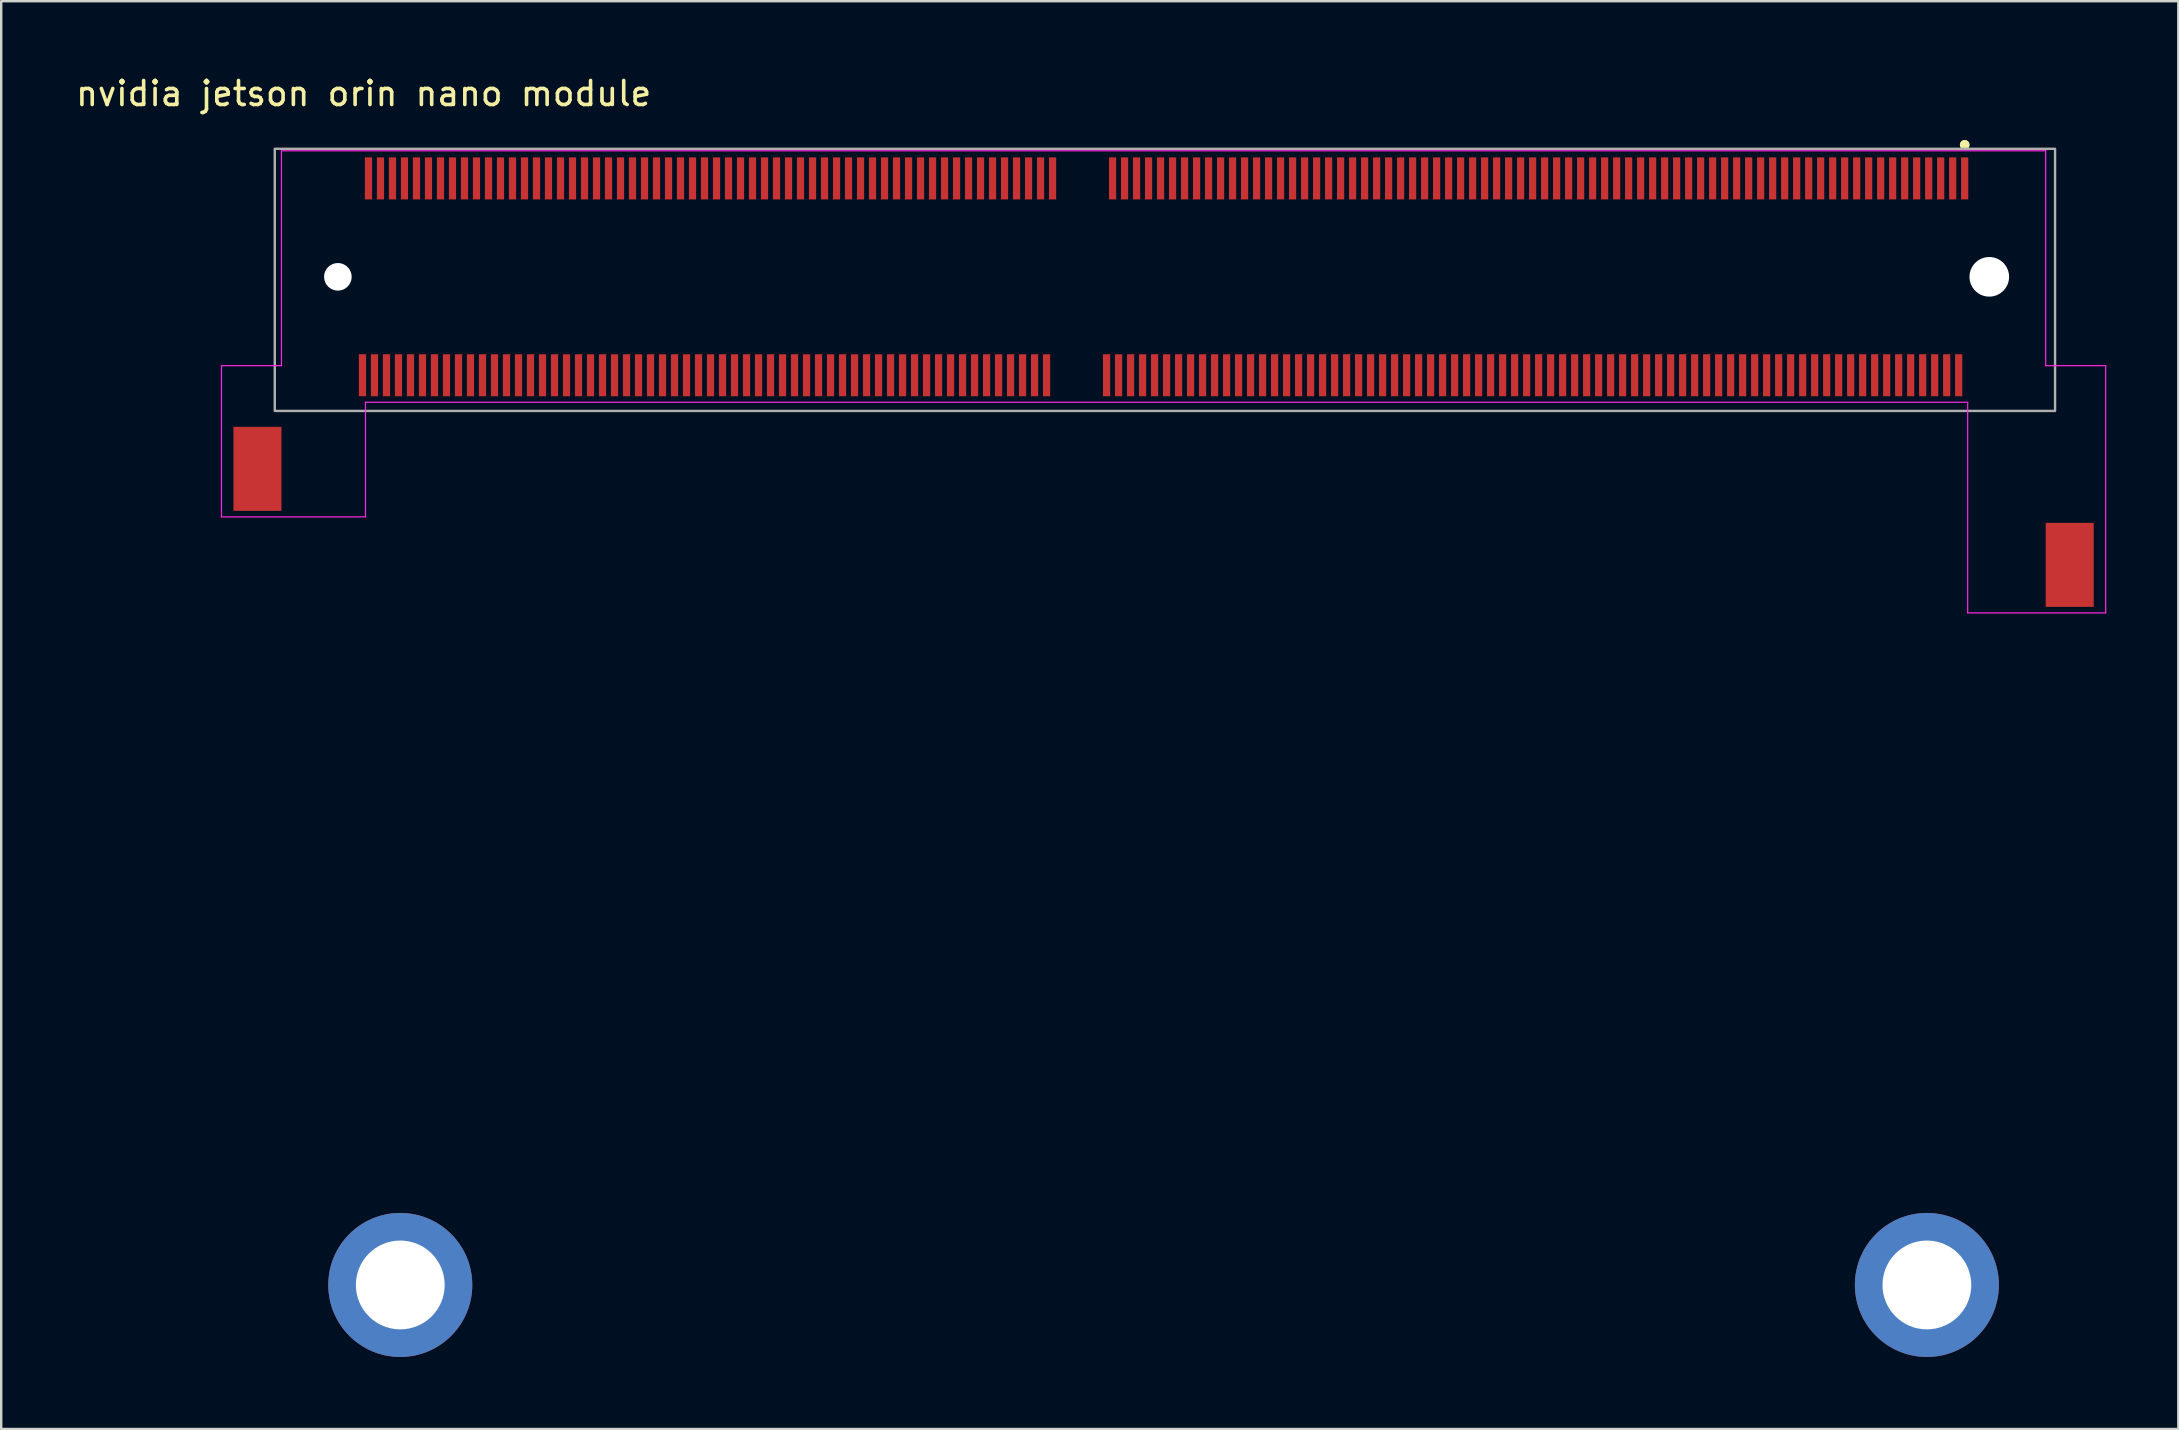
<source format=kicad_pcb>
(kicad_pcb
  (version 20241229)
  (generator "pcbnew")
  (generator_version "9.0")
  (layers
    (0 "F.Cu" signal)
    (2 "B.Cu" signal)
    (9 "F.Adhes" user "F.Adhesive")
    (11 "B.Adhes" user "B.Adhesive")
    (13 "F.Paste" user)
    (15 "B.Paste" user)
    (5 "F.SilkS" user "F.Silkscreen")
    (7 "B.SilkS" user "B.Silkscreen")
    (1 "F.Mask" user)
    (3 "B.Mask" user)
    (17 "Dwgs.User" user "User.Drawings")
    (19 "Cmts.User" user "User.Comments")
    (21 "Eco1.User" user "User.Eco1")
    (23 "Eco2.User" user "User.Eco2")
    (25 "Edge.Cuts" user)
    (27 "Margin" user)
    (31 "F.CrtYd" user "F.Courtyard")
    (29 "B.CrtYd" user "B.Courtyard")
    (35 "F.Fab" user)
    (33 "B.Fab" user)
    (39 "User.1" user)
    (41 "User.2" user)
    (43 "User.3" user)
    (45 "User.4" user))
  (footprint "nvidia jetson orin nano module"
    (layer "F.Cu")
    (at 41.926 8.483)
    (property "Reference" "nvidia jetson orin nano module" (at -29.825 -7.635 0) (layer "F.SilkS") (effects (font (size 1 1) (thickness 0.15))))
    (attr smd)
    (fp_circle (center 36.875 -5.5) (end 36.975 -5.5) (stroke (width 0.2) (type solid)) (fill no) (layer "F.SilkS"))
    (fp_circle (center 36.875 -5.5) (end 36.975 -5.5) (stroke (width 0.2) (type solid)) (fill no) (layer "F.SilkS"))
    (fp_line (start -35.75 3.7) (end -33.25 3.7) (stroke (width 0.05) (type solid)) (layer "F.CrtYd"))
    (fp_line (start -35.75 10) (end -35.75 3.7) (stroke (width 0.05) (type solid)) (layer "F.CrtYd"))
    (fp_line (start -33.25 -5.25) (end 40.25 -5.25) (stroke (width 0.05) (type solid)) (layer "F.CrtYd"))
    (fp_line (start -33.25 3.7) (end -33.25 -5.25) (stroke (width 0.05) (type solid)) (layer "F.CrtYd"))
    (fp_line (start -29.75 5.225) (end -29.75 10) (stroke (width 0.05) (type solid)) (layer "F.CrtYd"))
    (fp_line (start -29.75 10) (end -35.75 10) (stroke (width 0.05) (type solid)) (layer "F.CrtYd"))
    (fp_line (start 37 5.225) (end -29.75 5.225) (stroke (width 0.05) (type solid)) (layer "F.CrtYd"))
    (fp_line (start 37 14) (end 37 5.225) (stroke (width 0.05) (type solid)) (layer "F.CrtYd"))
    (fp_line (start 40.25 -5.25) (end 40.25 3.7) (stroke (width 0.05) (type solid)) (layer "F.CrtYd"))
    (fp_line (start 40.25 3.7) (end 42.75 3.7) (stroke (width 0.05) (type solid)) (layer "F.CrtYd"))
    (fp_line (start 42.75 3.7) (end 42.75 14) (stroke (width 0.05) (type solid)) (layer "F.CrtYd"))
    (fp_line (start 42.75 14) (end 37 14) (stroke (width 0.05) (type solid)) (layer "F.CrtYd"))
    (fp_rect (start -33.528 -5.334) (end 40.64 5.588) (stroke (width 0.1) (type default)) (fill no) (layer "F.Fab"))
    (pad "" np_thru_hole circle (at -30.9 0) (size 1.15 1.15) (drill 1.15) (layers "*.Cu" "*.Mask"))
    (pad "" np_thru_hole circle (at -28.3 42) (size 6 6) (drill 3.7) (layers "*.Cu" "*.Mask"))
    (pad "" np_thru_hole circle (at 35.3 42) (size 6 6) (drill 3.7) (layers "*.Cu" "*.Mask"))
    (pad "" np_thru_hole circle (at 37.9 0) (size 1.65 1.65) (drill 1.65) (layers "*.Cu" "*.Mask"))
    (pad "1" smd rect (at 36.875 -4.1 90) (size 1.75 0.3) (layers "F.Cu" "F.Mask" "F.Paste"))
    (pad "2" smd rect (at 36.625 4.1 90) (size 1.75 0.3) (layers "F.Cu" "F.Mask" "F.Paste"))
    (pad "3" smd rect (at 36.375 -4.1 90) (size 1.75 0.3) (layers "F.Cu" "F.Mask" "F.Paste"))
    (pad "4" smd rect (at 36.125 4.1 90) (size 1.75 0.3) (layers "F.Cu" "F.Mask" "F.Paste"))
    (pad "5" smd rect (at 35.875 -4.1 90) (size 1.75 0.3) (layers "F.Cu" "F.Mask" "F.Paste"))
    (pad "6" smd rect (at 35.625 4.1 90) (size 1.75 0.3) (layers "F.Cu" "F.Mask" "F.Paste"))
    (pad "7" smd rect (at 35.375 -4.1 90) (size 1.75 0.3) (layers "F.Cu" "F.Mask" "F.Paste"))
    (pad "8" smd rect (at 35.125 4.1 90) (size 1.75 0.3) (layers "F.Cu" "F.Mask" "F.Paste"))
    (pad "9" smd rect (at 34.875 -4.1 90) (size 1.75 0.3) (layers "F.Cu" "F.Mask" "F.Paste"))
    (pad "10" smd rect (at 34.625 4.1 90) (size 1.75 0.3) (layers "F.Cu" "F.Mask" "F.Paste"))
    (pad "11" smd rect (at 34.375 -4.1 90) (size 1.75 0.3) (layers "F.Cu" "F.Mask" "F.Paste"))
    (pad "12" smd rect (at 34.125 4.1 90) (size 1.75 0.3) (layers "F.Cu" "F.Mask" "F.Paste"))
    (pad "13" smd rect (at 33.875 -4.1 90) (size 1.75 0.3) (layers "F.Cu" "F.Mask" "F.Paste"))
    (pad "14" smd rect (at 33.625 4.1 90) (size 1.75 0.3) (layers "F.Cu" "F.Mask" "F.Paste"))
    (pad "15" smd rect (at 33.375 -4.1 90) (size 1.75 0.3) (layers "F.Cu" "F.Mask" "F.Paste"))
    (pad "16" smd rect (at 33.125 4.1 90) (size 1.75 0.3) (layers "F.Cu" "F.Mask" "F.Paste"))
    (pad "17" smd rect (at 32.875 -4.1 90) (size 1.75 0.3) (layers "F.Cu" "F.Mask" "F.Paste"))
    (pad "18" smd rect (at 32.625 4.1 90) (size 1.75 0.3) (layers "F.Cu" "F.Mask" "F.Paste"))
    (pad "19" smd rect (at 32.375 -4.1 90) (size 1.75 0.3) (layers "F.Cu" "F.Mask" "F.Paste"))
    (pad "20" smd rect (at 32.125 4.1 90) (size 1.75 0.3) (layers "F.Cu" "F.Mask" "F.Paste"))
    (pad "21" smd rect (at 31.875 -4.1 90) (size 1.75 0.3) (layers "F.Cu" "F.Mask" "F.Paste"))
    (pad "22" smd rect (at 31.625 4.1 90) (size 1.75 0.3) (layers "F.Cu" "F.Mask" "F.Paste"))
    (pad "23" smd rect (at 31.375 -4.1 90) (size 1.75 0.3) (layers "F.Cu" "F.Mask" "F.Paste"))
    (pad "24" smd rect (at 31.125 4.1 90) (size 1.75 0.3) (layers "F.Cu" "F.Mask" "F.Paste"))
    (pad "25" smd rect (at 30.875 -4.1 90) (size 1.75 0.3) (layers "F.Cu" "F.Mask" "F.Paste"))
    (pad "26" smd rect (at 30.625 4.1 90) (size 1.75 0.3) (layers "F.Cu" "F.Mask" "F.Paste"))
    (pad "27" smd rect (at 30.375 -4.1 90) (size 1.75 0.3) (layers "F.Cu" "F.Mask" "F.Paste"))
    (pad "28" smd rect (at 30.125 4.1 90) (size 1.75 0.3) (layers "F.Cu" "F.Mask" "F.Paste"))
    (pad "29" smd rect (at 29.875 -4.1 90) (size 1.75 0.3) (layers "F.Cu" "F.Mask" "F.Paste"))
    (pad "30" smd rect (at 29.625 4.1 90) (size 1.75 0.3) (layers "F.Cu" "F.Mask" "F.Paste"))
    (pad "31" smd rect (at 29.375 -4.1 90) (size 1.75 0.3) (layers "F.Cu" "F.Mask" "F.Paste"))
    (pad "32" smd rect (at 29.125 4.1 90) (size 1.75 0.3) (layers "F.Cu" "F.Mask" "F.Paste"))
    (pad "33" smd rect (at 28.875 -4.1 90) (size 1.75 0.3) (layers "F.Cu" "F.Mask" "F.Paste"))
    (pad "34" smd rect (at 28.625 4.1 90) (size 1.75 0.3) (layers "F.Cu" "F.Mask" "F.Paste"))
    (pad "35" smd rect (at 28.375 -4.1 90) (size 1.75 0.3) (layers "F.Cu" "F.Mask" "F.Paste"))
    (pad "36" smd rect (at 28.125 4.1 90) (size 1.75 0.3) (layers "F.Cu" "F.Mask" "F.Paste"))
    (pad "37" smd rect (at 27.875 -4.1 90) (size 1.75 0.3) (layers "F.Cu" "F.Mask" "F.Paste"))
    (pad "38" smd rect (at 27.625 4.1 90) (size 1.75 0.3) (layers "F.Cu" "F.Mask" "F.Paste"))
    (pad "39" smd rect (at 27.375 -4.1 90) (size 1.75 0.3) (layers "F.Cu" "F.Mask" "F.Paste"))
    (pad "40" smd rect (at 27.125 4.1 90) (size 1.75 0.3) (layers "F.Cu" "F.Mask" "F.Paste"))
    (pad "41" smd rect (at 26.875 -4.1 90) (size 1.75 0.3) (layers "F.Cu" "F.Mask" "F.Paste"))
    (pad "42" smd rect (at 26.625 4.1 90) (size 1.75 0.3) (layers "F.Cu" "F.Mask" "F.Paste"))
    (pad "43" smd rect (at 26.375 -4.1 90) (size 1.75 0.3) (layers "F.Cu" "F.Mask" "F.Paste"))
    (pad "44" smd rect (at 26.125 4.1 90) (size 1.75 0.3) (layers "F.Cu" "F.Mask" "F.Paste"))
    (pad "45" smd rect (at 25.875 -4.1 90) (size 1.75 0.3) (layers "F.Cu" "F.Mask" "F.Paste"))
    (pad "46" smd rect (at 25.625 4.1 90) (size 1.75 0.3) (layers "F.Cu" "F.Mask" "F.Paste"))
    (pad "47" smd rect (at 25.375 -4.1 90) (size 1.75 0.3) (layers "F.Cu" "F.Mask" "F.Paste"))
    (pad "48" smd rect (at 25.125 4.1 90) (size 1.75 0.3) (layers "F.Cu" "F.Mask" "F.Paste"))
    (pad "49" smd rect (at 24.875 -4.1 90) (size 1.75 0.3) (layers "F.Cu" "F.Mask" "F.Paste"))
    (pad "50" smd rect (at 24.625 4.1 90) (size 1.75 0.3) (layers "F.Cu" "F.Mask" "F.Paste"))
    (pad "51" smd rect (at 24.375 -4.1 90) (size 1.75 0.3) (layers "F.Cu" "F.Mask" "F.Paste"))
    (pad "52" smd rect (at 24.125 4.1 90) (size 1.75 0.3) (layers "F.Cu" "F.Mask" "F.Paste"))
    (pad "53" smd rect (at 23.875 -4.1 90) (size 1.75 0.3) (layers "F.Cu" "F.Mask" "F.Paste"))
    (pad "54" smd rect (at 23.625 4.1 90) (size 1.75 0.3) (layers "F.Cu" "F.Mask" "F.Paste"))
    (pad "55" smd rect (at 23.375 -4.1 90) (size 1.75 0.3) (layers "F.Cu" "F.Mask" "F.Paste"))
    (pad "56" smd rect (at 23.125 4.1 90) (size 1.75 0.3) (layers "F.Cu" "F.Mask" "F.Paste"))
    (pad "57" smd rect (at 22.875 -4.1 90) (size 1.75 0.3) (layers "F.Cu" "F.Mask" "F.Paste"))
    (pad "58" smd rect (at 22.625 4.1 90) (size 1.75 0.3) (layers "F.Cu" "F.Mask" "F.Paste"))
    (pad "59" smd rect (at 22.375 -4.1 90) (size 1.75 0.3) (layers "F.Cu" "F.Mask" "F.Paste"))
    (pad "60" smd rect (at 22.125 4.1 90) (size 1.75 0.3) (layers "F.Cu" "F.Mask" "F.Paste"))
    (pad "61" smd rect (at 21.875 -4.1 90) (size 1.75 0.3) (layers "F.Cu" "F.Mask" "F.Paste"))
    (pad "62" smd rect (at 21.625 4.1 90) (size 1.75 0.3) (layers "F.Cu" "F.Mask" "F.Paste"))
    (pad "63" smd rect (at 21.375 -4.1 90) (size 1.75 0.3) (layers "F.Cu" "F.Mask" "F.Paste"))
    (pad "64" smd rect (at 21.125 4.1 90) (size 1.75 0.3) (layers "F.Cu" "F.Mask" "F.Paste"))
    (pad "65" smd rect (at 20.875 -4.1 90) (size 1.75 0.3) (layers "F.Cu" "F.Mask" "F.Paste"))
    (pad "66" smd rect (at 20.625 4.1 90) (size 1.75 0.3) (layers "F.Cu" "F.Mask" "F.Paste"))
    (pad "67" smd rect (at 20.375 -4.1 90) (size 1.75 0.3) (layers "F.Cu" "F.Mask" "F.Paste"))
    (pad "68" smd rect (at 20.125 4.1 90) (size 1.75 0.3) (layers "F.Cu" "F.Mask" "F.Paste"))
    (pad "69" smd rect (at 19.875 -4.1 90) (size 1.75 0.3) (layers "F.Cu" "F.Mask" "F.Paste"))
    (pad "70" smd rect (at 19.625 4.1 90) (size 1.75 0.3) (layers "F.Cu" "F.Mask" "F.Paste"))
    (pad "71" smd rect (at 19.375 -4.1 90) (size 1.75 0.3) (layers "F.Cu" "F.Mask" "F.Paste"))
    (pad "72" smd rect (at 19.125 4.1 90) (size 1.75 0.3) (layers "F.Cu" "F.Mask" "F.Paste"))
    (pad "73" smd rect (at 18.875 -4.1 90) (size 1.75 0.3) (layers "F.Cu" "F.Mask" "F.Paste"))
    (pad "74" smd rect (at 18.625 4.1 90) (size 1.75 0.3) (layers "F.Cu" "F.Mask" "F.Paste"))
    (pad "75" smd rect (at 18.375 -4.1 90) (size 1.75 0.3) (layers "F.Cu" "F.Mask" "F.Paste"))
    (pad "76" smd rect (at 18.125 4.1 90) (size 1.75 0.3) (layers "F.Cu" "F.Mask" "F.Paste"))
    (pad "77" smd rect (at 17.875 -4.1 90) (size 1.75 0.3) (layers "F.Cu" "F.Mask" "F.Paste"))
    (pad "78" smd rect (at 17.625 4.1 90) (size 1.75 0.3) (layers "F.Cu" "F.Mask" "F.Paste"))
    (pad "79" smd rect (at 17.375 -4.1 90) (size 1.75 0.3) (layers "F.Cu" "F.Mask" "F.Paste"))
    (pad "80" smd rect (at 17.125 4.1 90) (size 1.75 0.3) (layers "F.Cu" "F.Mask" "F.Paste"))
    (pad "81" smd rect (at 16.875 -4.1 90) (size 1.75 0.3) (layers "F.Cu" "F.Mask" "F.Paste"))
    (pad "82" smd rect (at 16.625 4.1 90) (size 1.75 0.3) (layers "F.Cu" "F.Mask" "F.Paste"))
    (pad "83" smd rect (at 16.375 -4.1 90) (size 1.75 0.3) (layers "F.Cu" "F.Mask" "F.Paste"))
    (pad "84" smd rect (at 16.125 4.1 90) (size 1.75 0.3) (layers "F.Cu" "F.Mask" "F.Paste"))
    (pad "85" smd rect (at 15.875 -4.1 90) (size 1.75 0.3) (layers "F.Cu" "F.Mask" "F.Paste"))
    (pad "86" smd rect (at 15.625 4.1 90) (size 1.75 0.3) (layers "F.Cu" "F.Mask" "F.Paste"))
    (pad "87" smd rect (at 15.375 -4.1 90) (size 1.75 0.3) (layers "F.Cu" "F.Mask" "F.Paste"))
    (pad "88" smd rect (at 15.125 4.1 90) (size 1.75 0.3) (layers "F.Cu" "F.Mask" "F.Paste"))
    (pad "89" smd rect (at 14.875 -4.1 90) (size 1.75 0.3) (layers "F.Cu" "F.Mask" "F.Paste"))
    (pad "90" smd rect (at 14.625 4.1 90) (size 1.75 0.3) (layers "F.Cu" "F.Mask" "F.Paste"))
    (pad "91" smd rect (at 14.375 -4.1 90) (size 1.75 0.3) (layers "F.Cu" "F.Mask" "F.Paste"))
    (pad "92" smd rect (at 14.125 4.1 90) (size 1.75 0.3) (layers "F.Cu" "F.Mask" "F.Paste"))
    (pad "93" smd rect (at 13.875 -4.1 90) (size 1.75 0.3) (layers "F.Cu" "F.Mask" "F.Paste"))
    (pad "94" smd rect (at 13.625 4.1 90) (size 1.75 0.3) (layers "F.Cu" "F.Mask" "F.Paste"))
    (pad "95" smd rect (at 13.375 -4.1 90) (size 1.75 0.3) (layers "F.Cu" "F.Mask" "F.Paste"))
    (pad "96" smd rect (at 13.125 4.1 90) (size 1.75 0.3) (layers "F.Cu" "F.Mask" "F.Paste"))
    (pad "97" smd rect (at 12.875 -4.1 90) (size 1.75 0.3) (layers "F.Cu" "F.Mask" "F.Paste"))
    (pad "98" smd rect (at 12.625 4.1 90) (size 1.75 0.3) (layers "F.Cu" "F.Mask" "F.Paste"))
    (pad "99" smd rect (at 12.375 -4.1 90) (size 1.75 0.3) (layers "F.Cu" "F.Mask" "F.Paste"))
    (pad "100" smd rect (at 12.125 4.1 90) (size 1.75 0.3) (layers "F.Cu" "F.Mask" "F.Paste"))
    (pad "101" smd rect (at 11.875 -4.1 90) (size 1.75 0.3) (layers "F.Cu" "F.Mask" "F.Paste"))
    (pad "102" smd rect (at 11.625 4.1 90) (size 1.75 0.3) (layers "F.Cu" "F.Mask" "F.Paste"))
    (pad "103" smd rect (at 11.375 -4.1 90) (size 1.75 0.3) (layers "F.Cu" "F.Mask" "F.Paste"))
    (pad "104" smd rect (at 11.125 4.1 90) (size 1.75 0.3) (layers "F.Cu" "F.Mask" "F.Paste"))
    (pad "105" smd rect (at 10.875 -4.1 90) (size 1.75 0.3) (layers "F.Cu" "F.Mask" "F.Paste"))
    (pad "106" smd rect (at 10.625 4.1 90) (size 1.75 0.3) (layers "F.Cu" "F.Mask" "F.Paste"))
    (pad "107" smd rect (at 10.375 -4.1 90) (size 1.75 0.3) (layers "F.Cu" "F.Mask" "F.Paste"))
    (pad "108" smd rect (at 10.125 4.1 90) (size 1.75 0.3) (layers "F.Cu" "F.Mask" "F.Paste"))
    (pad "109" smd rect (at 9.875 -4.1 90) (size 1.75 0.3) (layers "F.Cu" "F.Mask" "F.Paste"))
    (pad "110" smd rect (at 9.625 4.1 90) (size 1.75 0.3) (layers "F.Cu" "F.Mask" "F.Paste"))
    (pad "111" smd rect (at 9.375 -4.1 90) (size 1.75 0.3) (layers "F.Cu" "F.Mask" "F.Paste"))
    (pad "112" smd rect (at 9.125 4.1 90) (size 1.75 0.3) (layers "F.Cu" "F.Mask" "F.Paste"))
    (pad "113" smd rect (at 8.875 -4.1 90) (size 1.75 0.3) (layers "F.Cu" "F.Mask" "F.Paste"))
    (pad "114" smd rect (at 8.625 4.1 90) (size 1.75 0.3) (layers "F.Cu" "F.Mask" "F.Paste"))
    (pad "115" smd rect (at 8.375 -4.1 90) (size 1.75 0.3) (layers "F.Cu" "F.Mask" "F.Paste"))
    (pad "116" smd rect (at 8.125 4.1 90) (size 1.75 0.3) (layers "F.Cu" "F.Mask" "F.Paste"))
    (pad "117" smd rect (at 7.875 -4.1 90) (size 1.75 0.3) (layers "F.Cu" "F.Mask" "F.Paste"))
    (pad "118" smd rect (at 7.625 4.1 90) (size 1.75 0.3) (layers "F.Cu" "F.Mask" "F.Paste"))
    (pad "119" smd rect (at 7.375 -4.1 90) (size 1.75 0.3) (layers "F.Cu" "F.Mask" "F.Paste"))
    (pad "120" smd rect (at 7.125 4.1 90) (size 1.75 0.3) (layers "F.Cu" "F.Mask" "F.Paste"))
    (pad "121" smd rect (at 6.875 -4.1 90) (size 1.75 0.3) (layers "F.Cu" "F.Mask" "F.Paste"))
    (pad "122" smd rect (at 6.625 4.1 90) (size 1.75 0.3) (layers "F.Cu" "F.Mask" "F.Paste"))
    (pad "123" smd rect (at 6.375 -4.1 90) (size 1.75 0.3) (layers "F.Cu" "F.Mask" "F.Paste"))
    (pad "124" smd rect (at 6.125 4.1 90) (size 1.75 0.3) (layers "F.Cu" "F.Mask" "F.Paste"))
    (pad "125" smd rect (at 5.875 -4.1 90) (size 1.75 0.3) (layers "F.Cu" "F.Mask" "F.Paste"))
    (pad "126" smd rect (at 5.625 4.1 90) (size 1.75 0.3) (layers "F.Cu" "F.Mask" "F.Paste"))
    (pad "127" smd rect (at 5.375 -4.1 90) (size 1.75 0.3) (layers "F.Cu" "F.Mask" "F.Paste"))
    (pad "128" smd rect (at 5.125 4.1 90) (size 1.75 0.3) (layers "F.Cu" "F.Mask" "F.Paste"))
    (pad "129" smd rect (at 4.875 -4.1 90) (size 1.75 0.3) (layers "F.Cu" "F.Mask" "F.Paste"))
    (pad "130" smd rect (at 4.625 4.1 90) (size 1.75 0.3) (layers "F.Cu" "F.Mask" "F.Paste"))
    (pad "131" smd rect (at 4.375 -4.1 90) (size 1.75 0.3) (layers "F.Cu" "F.Mask" "F.Paste"))
    (pad "132" smd rect (at 4.125 4.1 90) (size 1.75 0.3) (layers "F.Cu" "F.Mask" "F.Paste"))
    (pad "133" smd rect (at 3.875 -4.1 90) (size 1.75 0.3) (layers "F.Cu" "F.Mask" "F.Paste"))
    (pad "134" smd rect (at 3.625 4.1 90) (size 1.75 0.3) (layers "F.Cu" "F.Mask" "F.Paste"))
    (pad "135" smd rect (at 3.375 -4.1 90) (size 1.75 0.3) (layers "F.Cu" "F.Mask" "F.Paste"))
    (pad "136" smd rect (at 3.125 4.1 90) (size 1.75 0.3) (layers "F.Cu" "F.Mask" "F.Paste"))
    (pad "137" smd rect (at 2.875 -4.1 90) (size 1.75 0.3) (layers "F.Cu" "F.Mask" "F.Paste"))
    (pad "138" smd rect (at 2.625 4.1 90) (size 1.75 0.3) (layers "F.Cu" "F.Mask" "F.Paste"))
    (pad "139" smd rect (at 2.375 -4.1 90) (size 1.75 0.3) (layers "F.Cu" "F.Mask" "F.Paste"))
    (pad "140" smd rect (at 2.125 4.1 90) (size 1.75 0.3) (layers "F.Cu" "F.Mask" "F.Paste"))
    (pad "141" smd rect (at 1.875 -4.1 90) (size 1.75 0.3) (layers "F.Cu" "F.Mask" "F.Paste"))
    (pad "142" smd rect (at 1.625 4.1 90) (size 1.75 0.3) (layers "F.Cu" "F.Mask" "F.Paste"))
    (pad "143" smd rect (at 1.375 -4.1 90) (size 1.75 0.3) (layers "F.Cu" "F.Mask" "F.Paste"))
    (pad "144" smd rect (at 1.125 4.1 90) (size 1.75 0.3) (layers "F.Cu" "F.Mask" "F.Paste"))
    (pad "145" smd rect (at -1.125 -4.1 90) (size 1.75 0.3) (layers "F.Cu" "F.Mask" "F.Paste"))
    (pad "146" smd rect (at -1.375 4.1 90) (size 1.75 0.3) (layers "F.Cu" "F.Mask" "F.Paste"))
    (pad "147" smd rect (at -1.625 -4.1 90) (size 1.75 0.3) (layers "F.Cu" "F.Mask" "F.Paste"))
    (pad "148" smd rect (at -1.875 4.1 90) (size 1.75 0.3) (layers "F.Cu" "F.Mask" "F.Paste"))
    (pad "149" smd rect (at -2.125 -4.1 90) (size 1.75 0.3) (layers "F.Cu" "F.Mask" "F.Paste"))
    (pad "150" smd rect (at -2.375 4.1 90) (size 1.75 0.3) (layers "F.Cu" "F.Mask" "F.Paste"))
    (pad "151" smd rect (at -2.625 -4.1 90) (size 1.75 0.3) (layers "F.Cu" "F.Mask" "F.Paste"))
    (pad "152" smd rect (at -2.875 4.1 90) (size 1.75 0.3) (layers "F.Cu" "F.Mask" "F.Paste"))
    (pad "153" smd rect (at -3.125 -4.1 90) (size 1.75 0.3) (layers "F.Cu" "F.Mask" "F.Paste"))
    (pad "154" smd rect (at -3.375 4.1 90) (size 1.75 0.3) (layers "F.Cu" "F.Mask" "F.Paste"))
    (pad "155" smd rect (at -3.625 -4.1 90) (size 1.75 0.3) (layers "F.Cu" "F.Mask" "F.Paste"))
    (pad "156" smd rect (at -3.875 4.1 90) (size 1.75 0.3) (layers "F.Cu" "F.Mask" "F.Paste"))
    (pad "157" smd rect (at -4.125 -4.1 90) (size 1.75 0.3) (layers "F.Cu" "F.Mask" "F.Paste"))
    (pad "158" smd rect (at -4.375 4.1 90) (size 1.75 0.3) (layers "F.Cu" "F.Mask" "F.Paste"))
    (pad "159" smd rect (at -4.625 -4.1 90) (size 1.75 0.3) (layers "F.Cu" "F.Mask" "F.Paste"))
    (pad "160" smd rect (at -4.875 4.1 90) (size 1.75 0.3) (layers "F.Cu" "F.Mask" "F.Paste"))
    (pad "161" smd rect (at -5.125 -4.1 90) (size 1.75 0.3) (layers "F.Cu" "F.Mask" "F.Paste"))
    (pad "162" smd rect (at -5.375 4.1 90) (size 1.75 0.3) (layers "F.Cu" "F.Mask" "F.Paste"))
    (pad "163" smd rect (at -5.625 -4.1 90) (size 1.75 0.3) (layers "F.Cu" "F.Mask" "F.Paste"))
    (pad "164" smd rect (at -5.875 4.1 90) (size 1.75 0.3) (layers "F.Cu" "F.Mask" "F.Paste"))
    (pad "165" smd rect (at -6.125 -4.1 90) (size 1.75 0.3) (layers "F.Cu" "F.Mask" "F.Paste"))
    (pad "166" smd rect (at -6.375 4.1 90) (size 1.75 0.3) (layers "F.Cu" "F.Mask" "F.Paste"))
    (pad "167" smd rect (at -6.625 -4.1 90) (size 1.75 0.3) (layers "F.Cu" "F.Mask" "F.Paste"))
    (pad "168" smd rect (at -6.875 4.1 90) (size 1.75 0.3) (layers "F.Cu" "F.Mask" "F.Paste"))
    (pad "169" smd rect (at -7.125 -4.1 90) (size 1.75 0.3) (layers "F.Cu" "F.Mask" "F.Paste"))
    (pad "170" smd rect (at -7.375 4.1 90) (size 1.75 0.3) (layers "F.Cu" "F.Mask" "F.Paste"))
    (pad "171" smd rect (at -7.625 -4.1 90) (size 1.75 0.3) (layers "F.Cu" "F.Mask" "F.Paste"))
    (pad "172" smd rect (at -7.875 4.1 90) (size 1.75 0.3) (layers "F.Cu" "F.Mask" "F.Paste"))
    (pad "173" smd rect (at -8.125 -4.1 90) (size 1.75 0.3) (layers "F.Cu" "F.Mask" "F.Paste"))
    (pad "174" smd rect (at -8.375 4.1 90) (size 1.75 0.3) (layers "F.Cu" "F.Mask" "F.Paste"))
    (pad "175" smd rect (at -8.625 -4.1 90) (size 1.75 0.3) (layers "F.Cu" "F.Mask" "F.Paste"))
    (pad "176" smd rect (at -8.875 4.1 90) (size 1.75 0.3) (layers "F.Cu" "F.Mask" "F.Paste"))
    (pad "177" smd rect (at -9.125 -4.1 90) (size 1.75 0.3) (layers "F.Cu" "F.Mask" "F.Paste"))
    (pad "178" smd rect (at -9.375 4.1 90) (size 1.75 0.3) (layers "F.Cu" "F.Mask" "F.Paste"))
    (pad "179" smd rect (at -9.625 -4.1 90) (size 1.75 0.3) (layers "F.Cu" "F.Mask" "F.Paste"))
    (pad "180" smd rect (at -9.875 4.1 90) (size 1.75 0.3) (layers "F.Cu" "F.Mask" "F.Paste"))
    (pad "181" smd rect (at -10.125 -4.1 90) (size 1.75 0.3) (layers "F.Cu" "F.Mask" "F.Paste"))
    (pad "182" smd rect (at -10.375 4.1 90) (size 1.75 0.3) (layers "F.Cu" "F.Mask" "F.Paste"))
    (pad "183" smd rect (at -10.625 -4.1 90) (size 1.75 0.3) (layers "F.Cu" "F.Mask" "F.Paste"))
    (pad "184" smd rect (at -10.875 4.1 90) (size 1.75 0.3) (layers "F.Cu" "F.Mask" "F.Paste"))
    (pad "185" smd rect (at -11.125 -4.1 90) (size 1.75 0.3) (layers "F.Cu" "F.Mask" "F.Paste"))
    (pad "186" smd rect (at -11.375 4.1 90) (size 1.75 0.3) (layers "F.Cu" "F.Mask" "F.Paste"))
    (pad "187" smd rect (at -11.625 -4.1 90) (size 1.75 0.3) (layers "F.Cu" "F.Mask" "F.Paste"))
    (pad "188" smd rect (at -11.875 4.1 90) (size 1.75 0.3) (layers "F.Cu" "F.Mask" "F.Paste"))
    (pad "189" smd rect (at -12.125 -4.1 90) (size 1.75 0.3) (layers "F.Cu" "F.Mask" "F.Paste"))
    (pad "190" smd rect (at -12.375 4.1 90) (size 1.75 0.3) (layers "F.Cu" "F.Mask" "F.Paste"))
    (pad "191" smd rect (at -12.625 -4.1 90) (size 1.75 0.3) (layers "F.Cu" "F.Mask" "F.Paste"))
    (pad "192" smd rect (at -12.875 4.1 90) (size 1.75 0.3) (layers "F.Cu" "F.Mask" "F.Paste"))
    (pad "193" smd rect (at -13.125 -4.1 90) (size 1.75 0.3) (layers "F.Cu" "F.Mask" "F.Paste"))
    (pad "194" smd rect (at -13.375 4.1 90) (size 1.75 0.3) (layers "F.Cu" "F.Mask" "F.Paste"))
    (pad "195" smd rect (at -13.625 -4.1 90) (size 1.75 0.3) (layers "F.Cu" "F.Mask" "F.Paste"))
    (pad "196" smd rect (at -13.875 4.1 90) (size 1.75 0.3) (layers "F.Cu" "F.Mask" "F.Paste"))
    (pad "197" smd rect (at -14.125 -4.1 90) (size 1.75 0.3) (layers "F.Cu" "F.Mask" "F.Paste"))
    (pad "198" smd rect (at -14.375 4.1 90) (size 1.75 0.3) (layers "F.Cu" "F.Mask" "F.Paste"))
    (pad "199" smd rect (at -14.625 -4.1 90) (size 1.75 0.3) (layers "F.Cu" "F.Mask" "F.Paste"))
    (pad "200" smd rect (at -14.875 4.1 90) (size 1.75 0.3) (layers "F.Cu" "F.Mask" "F.Paste"))
    (pad "201" smd rect (at -15.125 -4.1 90) (size 1.75 0.3) (layers "F.Cu" "F.Mask" "F.Paste"))
    (pad "202" smd rect (at -15.375 4.1 90) (size 1.75 0.3) (layers "F.Cu" "F.Mask" "F.Paste"))
    (pad "203" smd rect (at -15.625 -4.1 90) (size 1.75 0.3) (layers "F.Cu" "F.Mask" "F.Paste"))
    (pad "204" smd rect (at -15.875 4.1 90) (size 1.75 0.3) (layers "F.Cu" "F.Mask" "F.Paste"))
    (pad "205" smd rect (at -16.125 -4.1 90) (size 1.75 0.3) (layers "F.Cu" "F.Mask" "F.Paste"))
    (pad "206" smd rect (at -16.375 4.1 90) (size 1.75 0.3) (layers "F.Cu" "F.Mask" "F.Paste"))
    (pad "207" smd rect (at -16.625 -4.1 90) (size 1.75 0.3) (layers "F.Cu" "F.Mask" "F.Paste"))
    (pad "208" smd rect (at -16.875 4.1 90) (size 1.75 0.3) (layers "F.Cu" "F.Mask" "F.Paste"))
    (pad "209" smd rect (at -17.125 -4.1 90) (size 1.75 0.3) (layers "F.Cu" "F.Mask" "F.Paste"))
    (pad "210" smd rect (at -17.375 4.1 90) (size 1.75 0.3) (layers "F.Cu" "F.Mask" "F.Paste"))
    (pad "211" smd rect (at -17.625 -4.1 90) (size 1.75 0.3) (layers "F.Cu" "F.Mask" "F.Paste"))
    (pad "212" smd rect (at -17.875 4.1 90) (size 1.75 0.3) (layers "F.Cu" "F.Mask" "F.Paste"))
    (pad "213" smd rect (at -18.125 -4.1 90) (size 1.75 0.3) (layers "F.Cu" "F.Mask" "F.Paste"))
    (pad "214" smd rect (at -18.375 4.1 90) (size 1.75 0.3) (layers "F.Cu" "F.Mask" "F.Paste"))
    (pad "215" smd rect (at -18.625 -4.1 90) (size 1.75 0.3) (layers "F.Cu" "F.Mask" "F.Paste"))
    (pad "216" smd rect (at -18.875 4.1 90) (size 1.75 0.3) (layers "F.Cu" "F.Mask" "F.Paste"))
    (pad "217" smd rect (at -19.125 -4.1 90) (size 1.75 0.3) (layers "F.Cu" "F.Mask" "F.Paste"))
    (pad "218" smd rect (at -19.375 4.1 90) (size 1.75 0.3) (layers "F.Cu" "F.Mask" "F.Paste"))
    (pad "219" smd rect (at -19.625 -4.1 90) (size 1.75 0.3) (layers "F.Cu" "F.Mask" "F.Paste"))
    (pad "220" smd rect (at -19.875 4.1 90) (size 1.75 0.3) (layers "F.Cu" "F.Mask" "F.Paste"))
    (pad "221" smd rect (at -20.125 -4.1 90) (size 1.75 0.3) (layers "F.Cu" "F.Mask" "F.Paste"))
    (pad "222" smd rect (at -20.375 4.1 90) (size 1.75 0.3) (layers "F.Cu" "F.Mask" "F.Paste"))
    (pad "223" smd rect (at -20.625 -4.1 90) (size 1.75 0.3) (layers "F.Cu" "F.Mask" "F.Paste"))
    (pad "224" smd rect (at -20.875 4.1 90) (size 1.75 0.3) (layers "F.Cu" "F.Mask" "F.Paste"))
    (pad "225" smd rect (at -21.125 -4.1 90) (size 1.75 0.3) (layers "F.Cu" "F.Mask" "F.Paste"))
    (pad "226" smd rect (at -21.375 4.1 90) (size 1.75 0.3) (layers "F.Cu" "F.Mask" "F.Paste"))
    (pad "227" smd rect (at -21.625 -4.1 90) (size 1.75 0.3) (layers "F.Cu" "F.Mask" "F.Paste"))
    (pad "228" smd rect (at -21.875 4.1 90) (size 1.75 0.3) (layers "F.Cu" "F.Mask" "F.Paste"))
    (pad "229" smd rect (at -22.125 -4.1 90) (size 1.75 0.3) (layers "F.Cu" "F.Mask" "F.Paste"))
    (pad "230" smd rect (at -22.375 4.1 90) (size 1.75 0.3) (layers "F.Cu" "F.Mask" "F.Paste"))
    (pad "231" smd rect (at -22.625 -4.1 90) (size 1.75 0.3) (layers "F.Cu" "F.Mask" "F.Paste"))
    (pad "232" smd rect (at -22.875 4.1 90) (size 1.75 0.3) (layers "F.Cu" "F.Mask" "F.Paste"))
    (pad "233" smd rect (at -23.125 -4.1 90) (size 1.75 0.3) (layers "F.Cu" "F.Mask" "F.Paste"))
    (pad "234" smd rect (at -23.375 4.1 90) (size 1.75 0.3) (layers "F.Cu" "F.Mask" "F.Paste"))
    (pad "235" smd rect (at -23.625 -4.1 90) (size 1.75 0.3) (layers "F.Cu" "F.Mask" "F.Paste"))
    (pad "236" smd rect (at -23.875 4.1 90) (size 1.75 0.3) (layers "F.Cu" "F.Mask" "F.Paste"))
    (pad "237" smd rect (at -24.125 -4.1 90) (size 1.75 0.3) (layers "F.Cu" "F.Mask" "F.Paste"))
    (pad "238" smd rect (at -24.375 4.1 90) (size 1.75 0.3) (layers "F.Cu" "F.Mask" "F.Paste"))
    (pad "239" smd rect (at -24.625 -4.1 90) (size 1.75 0.3) (layers "F.Cu" "F.Mask" "F.Paste"))
    (pad "240" smd rect (at -24.875 4.1 90) (size 1.75 0.3) (layers "F.Cu" "F.Mask" "F.Paste"))
    (pad "241" smd rect (at -25.125 -4.1 90) (size 1.75 0.3) (layers "F.Cu" "F.Mask" "F.Paste"))
    (pad "242" smd rect (at -25.375 4.1 90) (size 1.75 0.3) (layers "F.Cu" "F.Mask" "F.Paste"))
    (pad "243" smd rect (at -25.625 -4.1 90) (size 1.75 0.3) (layers "F.Cu" "F.Mask" "F.Paste"))
    (pad "244" smd rect (at -25.875 4.1 90) (size 1.75 0.3) (layers "F.Cu" "F.Mask" "F.Paste"))
    (pad "245" smd rect (at -26.125 -4.1 90) (size 1.75 0.3) (layers "F.Cu" "F.Mask" "F.Paste"))
    (pad "246" smd rect (at -26.375 4.1 90) (size 1.75 0.3) (layers "F.Cu" "F.Mask" "F.Paste"))
    (pad "247" smd rect (at -26.625 -4.1 90) (size 1.75 0.3) (layers "F.Cu" "F.Mask" "F.Paste"))
    (pad "248" smd rect (at -26.875 4.1 90) (size 1.75 0.3) (layers "F.Cu" "F.Mask" "F.Paste"))
    (pad "249" smd rect (at -27.125 -4.1 90) (size 1.75 0.3) (layers "F.Cu" "F.Mask" "F.Paste"))
    (pad "250" smd rect (at -27.375 4.1 90) (size 1.75 0.3) (layers "F.Cu" "F.Mask" "F.Paste"))
    (pad "251" smd rect (at -27.625 -4.1 90) (size 1.75 0.3) (layers "F.Cu" "F.Mask" "F.Paste"))
    (pad "252" smd rect (at -27.875 4.1 90) (size 1.75 0.3) (layers "F.Cu" "F.Mask" "F.Paste"))
    (pad "253" smd rect (at -28.125 -4.1 90) (size 1.75 0.3) (layers "F.Cu" "F.Mask" "F.Paste"))
    (pad "254" smd rect (at -28.375 4.1 90) (size 1.75 0.3) (layers "F.Cu" "F.Mask" "F.Paste"))
    (pad "255" smd rect (at -28.625 -4.1 90) (size 1.75 0.3) (layers "F.Cu" "F.Mask" "F.Paste"))
    (pad "256" smd rect (at -28.875 4.1 90) (size 1.75 0.3) (layers "F.Cu" "F.Mask" "F.Paste"))
    (pad "257" smd rect (at -29.125 -4.1 90) (size 1.75 0.3) (layers "F.Cu" "F.Mask" "F.Paste"))
    (pad "258" smd rect (at -29.375 4.1 90) (size 1.75 0.3) (layers "F.Cu" "F.Mask" "F.Paste"))
    (pad "259" smd rect (at -29.625 -4.1 90) (size 1.75 0.3) (layers "F.Cu" "F.Mask" "F.Paste"))
    (pad "260" smd rect (at -29.875 4.1 90) (size 1.75 0.3) (layers "F.Cu" "F.Mask" "F.Paste"))
    (pad "261" smd rect (at -34.25 8 180) (size 2 3.5) (layers "F.Cu" "F.Mask" "F.Paste"))
    (pad "262" smd rect (at 41.25 12 180) (size 2 3.5) (layers "F.Cu" "F.Mask" "F.Paste")))
  (gr_rect
    (start -3 -3)
    (end 87.701 56.483)
    (stroke (width 0.1) (type default))
    (fill no)
    (layer "Edge.Cuts")))
</source>
